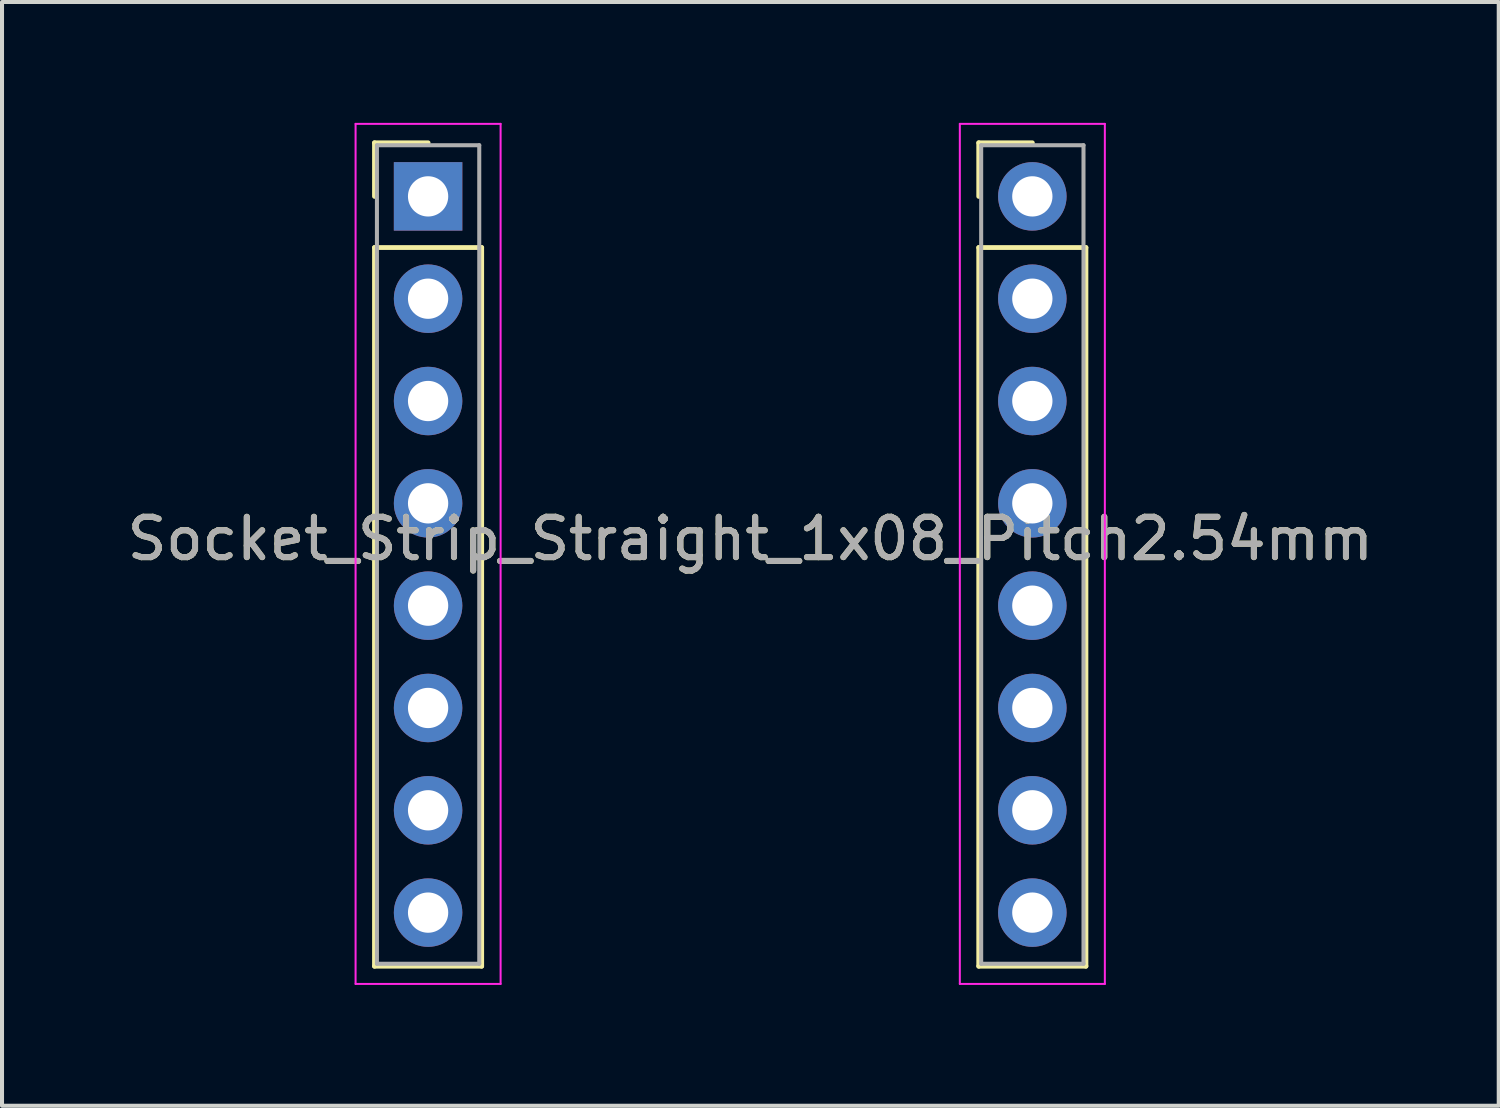
<source format=kicad_pcb>
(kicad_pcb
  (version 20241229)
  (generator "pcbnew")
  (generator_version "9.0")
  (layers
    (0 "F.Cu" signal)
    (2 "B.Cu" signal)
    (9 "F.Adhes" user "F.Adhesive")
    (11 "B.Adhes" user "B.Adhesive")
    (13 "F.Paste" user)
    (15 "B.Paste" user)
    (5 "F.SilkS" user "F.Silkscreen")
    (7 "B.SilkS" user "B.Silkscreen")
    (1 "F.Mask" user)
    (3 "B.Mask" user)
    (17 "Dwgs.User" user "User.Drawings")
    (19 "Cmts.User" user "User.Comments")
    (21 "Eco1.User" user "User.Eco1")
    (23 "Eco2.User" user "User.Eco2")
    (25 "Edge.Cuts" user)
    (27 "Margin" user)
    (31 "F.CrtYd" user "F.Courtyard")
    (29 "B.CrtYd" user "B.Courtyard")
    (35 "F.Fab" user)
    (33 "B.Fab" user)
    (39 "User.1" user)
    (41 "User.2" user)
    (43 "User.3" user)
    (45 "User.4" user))
  (footprint "Socket_Strip_Straight_1x08_Pitch2.54mm"
    (layer "F.Cu")
    (at 7.577 1.825)
    (property "Reference" "Socket_Strip_Straight_1x08_Pitch2.54mm" (at 8 8.5 0) (layer "F.SilkS") (effects (font (size 1 1) (thickness 0.15))))
    (attr through_hole)
    (fp_line (start -1.33 -1.33) (end 0 -1.33) (stroke (width 0.12) (type solid)) (layer "F.SilkS"))
    (fp_line (start -1.33 0) (end -1.33 -1.33) (stroke (width 0.12) (type solid)) (layer "F.SilkS"))
    (fp_line (start -1.33 1.27) (end -1.33 19.11) (stroke (width 0.12) (type solid)) (layer "F.SilkS"))
    (fp_line (start -1.33 19.11) (end 1.33 19.11) (stroke (width 0.12) (type solid)) (layer "F.SilkS"))
    (fp_line (start 1.33 1.27) (end -1.33 1.27) (stroke (width 0.12) (type solid)) (layer "F.SilkS"))
    (fp_line (start 1.33 19.11) (end 1.33 1.27) (stroke (width 0.12) (type solid)) (layer "F.SilkS"))
    (fp_line (start 13.67 -1.33) (end 15 -1.33) (stroke (width 0.12) (type solid)) (layer "F.SilkS"))
    (fp_line (start 13.67 0) (end 13.67 -1.33) (stroke (width 0.12) (type solid)) (layer "F.SilkS"))
    (fp_line (start 13.67 1.27) (end 13.67 19.11) (stroke (width 0.12) (type solid)) (layer "F.SilkS"))
    (fp_line (start 13.67 19.11) (end 16.33 19.11) (stroke (width 0.12) (type solid)) (layer "F.SilkS"))
    (fp_line (start 16.33 1.27) (end 13.67 1.27) (stroke (width 0.12) (type solid)) (layer "F.SilkS"))
    (fp_line (start 16.33 19.11) (end 16.33 1.27) (stroke (width 0.12) (type solid)) (layer "F.SilkS"))
    (fp_line (start -1.8 -1.8) (end -1.8 19.55) (stroke (width 0.05) (type solid)) (layer "F.CrtYd"))
    (fp_line (start -1.8 19.55) (end 1.8 19.55) (stroke (width 0.05) (type solid)) (layer "F.CrtYd"))
    (fp_line (start 1.8 -1.8) (end -1.8 -1.8) (stroke (width 0.05) (type solid)) (layer "F.CrtYd"))
    (fp_line (start 1.8 19.55) (end 1.8 -1.8) (stroke (width 0.05) (type solid)) (layer "F.CrtYd"))
    (fp_line (start 13.2 -1.8) (end 13.2 19.55) (stroke (width 0.05) (type solid)) (layer "F.CrtYd"))
    (fp_line (start 13.2 19.55) (end 16.8 19.55) (stroke (width 0.05) (type solid)) (layer "F.CrtYd"))
    (fp_line (start 16.8 -1.8) (end 13.2 -1.8) (stroke (width 0.05) (type solid)) (layer "F.CrtYd"))
    (fp_line (start 16.8 19.55) (end 16.8 -1.8) (stroke (width 0.05) (type solid)) (layer "F.CrtYd"))
    (fp_line (start -1.27 -1.27) (end -1.27 19.05) (stroke (width 0.1) (type solid)) (layer "F.Fab"))
    (fp_line (start -1.27 19.05) (end 1.27 19.05) (stroke (width 0.1) (type solid)) (layer "F.Fab"))
    (fp_line (start 1.27 -1.27) (end -1.27 -1.27) (stroke (width 0.1) (type solid)) (layer "F.Fab"))
    (fp_line (start 1.27 19.05) (end 1.27 -1.27) (stroke (width 0.1) (type solid)) (layer "F.Fab"))
    (fp_line (start 13.73 -1.27) (end 13.73 19.05) (stroke (width 0.1) (type solid)) (layer "F.Fab"))
    (fp_line (start 13.73 19.05) (end 16.27 19.05) (stroke (width 0.1) (type solid)) (layer "F.Fab"))
    (fp_line (start 16.27 -1.27) (end 13.73 -1.27) (stroke (width 0.1) (type solid)) (layer "F.Fab"))
    (fp_line (start 16.27 19.05) (end 16.27 -1.27) (stroke (width 0.1) (type solid)) (layer "F.Fab"))
    (fp_text user "${REFERENCE}" (at 8 8.5 0) (layer "F.Fab") (effects (font (size 1 1) (thickness 0.15))))
    (pad "1" thru_hole rect (at 0 0) (size 1.7 1.7) (drill 1) (layers "*.Cu" "*.Mask"))
    (pad "2" thru_hole oval (at 0 2.54) (size 1.7 1.7) (drill 1) (layers "*.Cu" "*.Mask"))
    (pad "3" thru_hole oval (at 0 5.08) (size 1.7 1.7) (drill 1) (layers "*.Cu" "*.Mask"))
    (pad "4" thru_hole oval (at 0 7.62) (size 1.7 1.7) (drill 1) (layers "*.Cu" "*.Mask"))
    (pad "5" thru_hole oval (at 0 10.16) (size 1.7 1.7) (drill 1) (layers "*.Cu" "*.Mask"))
    (pad "6" thru_hole oval (at 0 12.7) (size 1.7 1.7) (drill 1) (layers "*.Cu" "*.Mask"))
    (pad "7" thru_hole oval (at 0 15.24) (size 1.7 1.7) (drill 1) (layers "*.Cu" "*.Mask"))
    (pad "8" thru_hole oval (at 0 17.78) (size 1.7 1.7) (drill 1) (layers "*.Cu" "*.Mask"))
    (pad "9" thru_hole oval (at 15 17.78) (size 1.7 1.7) (drill 1) (layers "*.Cu" "*.Mask"))
    (pad "10" thru_hole oval (at 15 15.24) (size 1.7 1.7) (drill 1) (layers "*.Cu" "*.Mask"))
    (pad "11" thru_hole oval (at 15 12.7) (size 1.7 1.7) (drill 1) (layers "*.Cu" "*.Mask"))
    (pad "12" thru_hole oval (at 15 10.16) (size 1.7 1.7) (drill 1) (layers "*.Cu" "*.Mask"))
    (pad "13" thru_hole oval (at 15 7.62) (size 1.7 1.7) (drill 1) (layers "*.Cu" "*.Mask"))
    (pad "14" thru_hole oval (at 15 5.08) (size 1.7 1.7) (drill 1) (layers "*.Cu" "*.Mask"))
    (pad "15" thru_hole oval (at 15 2.54) (size 1.7 1.7) (drill 1) (layers "*.Cu" "*.Mask"))
    (pad "16" thru_hole circle (at 15 0) (size 1.7 1.7) (drill 1) (layers "*.Cu" "*.Mask")))
  (gr_rect
    (start -3 -3)
    (end 34.155 24.4)
    (stroke (width 0.1) (type default))
    (fill no)
    (layer "Edge.Cuts")))
</source>
